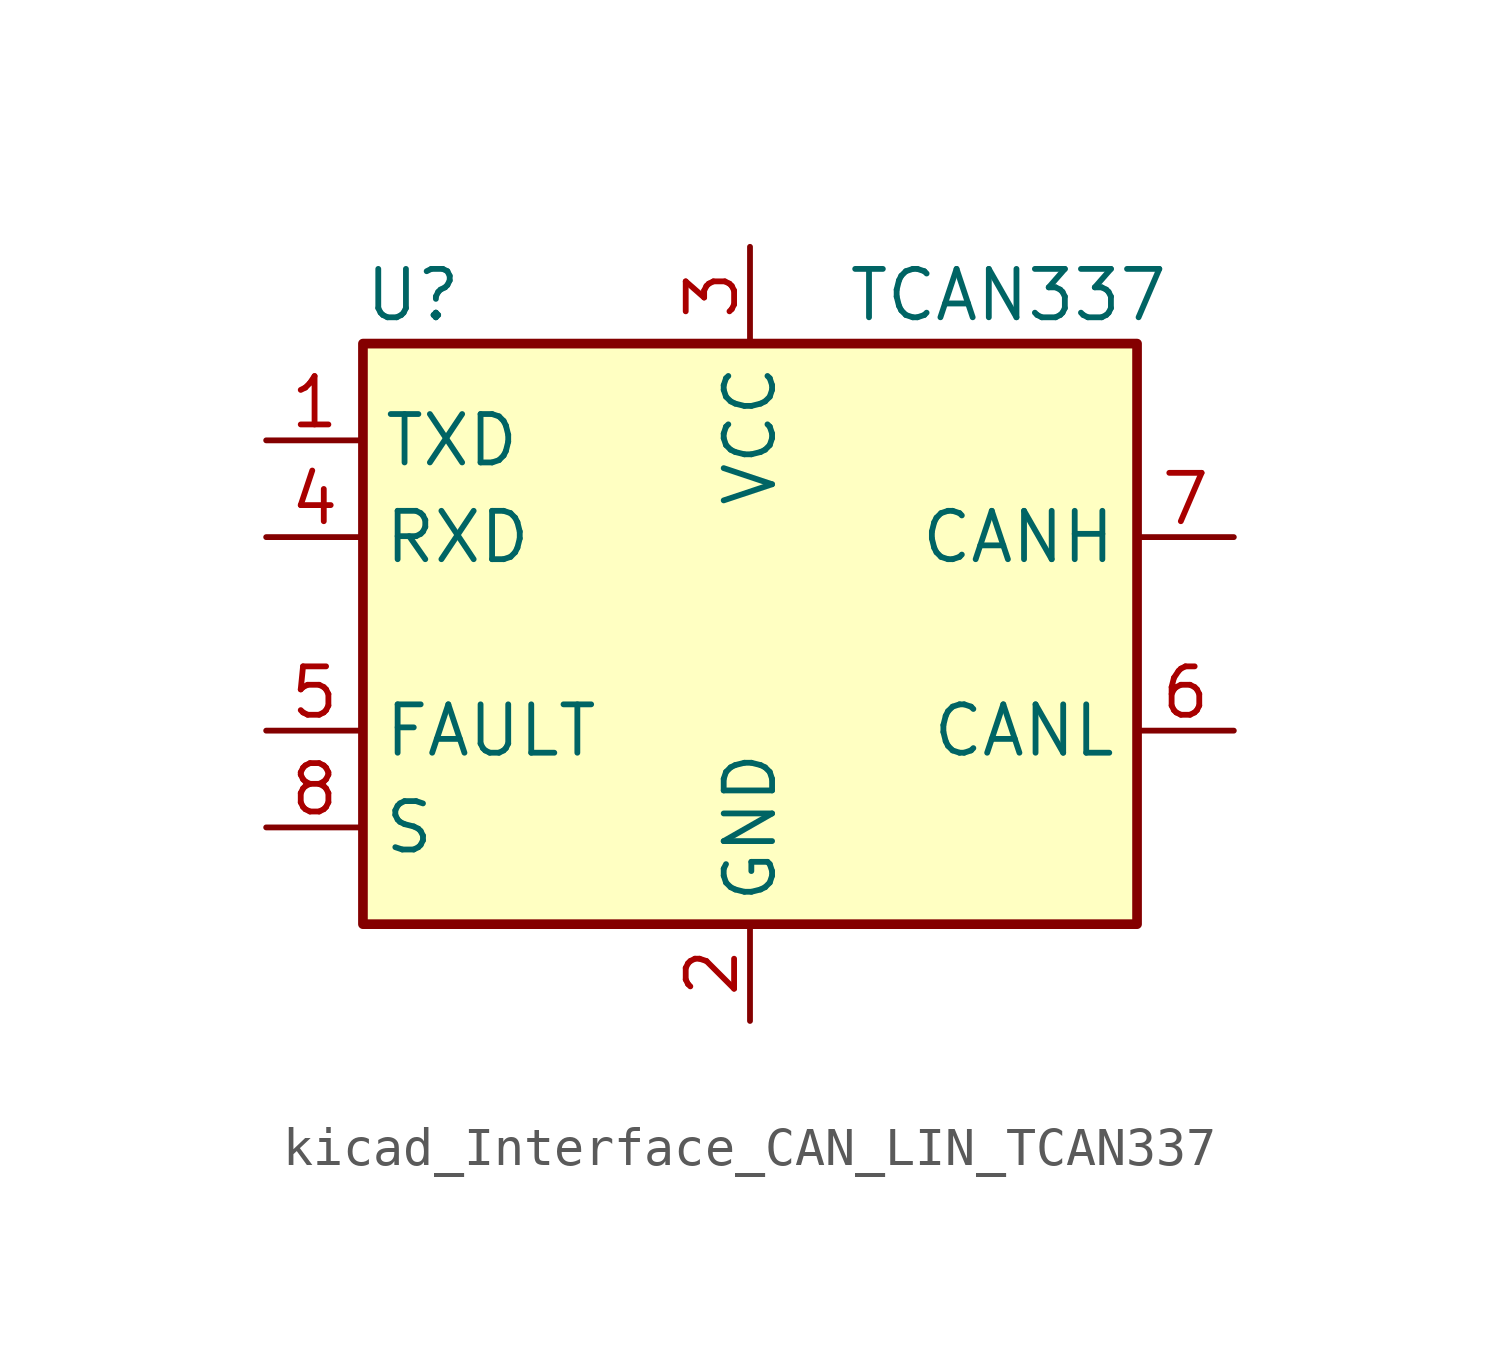
<source format=kicad_sym>
(kicad_symbol_lib
  (version 20220914)
  (generator kicad_symbol_editor)
  (symbol "kicad_Interface_CAN_LIN_TCAN337"
    (property "Reference" "U"
      (at -10.16 8.89 0)
      (effects (font (size 1.27 1.27)) (justify left)))
    (property "Value" "TCAN337"
      (at 2.54 8.89 0)
      (effects (font (size 1.27 1.27)) (justify left)))
    (symbol "kicad_Interface_CAN_LIN_TCAN337_0_1"
      (rectangle (start -10.16 7.62) (end 10.16 -7.62) (stroke (width 0.254) (type default)) (fill (type background))))
    (symbol "kicad_Interface_CAN_LIN_TCAN337_1_1"
      (pin input line (at -12.7 5.08 0) (length 2.54) (name "TXD" (effects (font (size 1.27 1.27)))) (number "1" (effects (font (size 1.27 1.27)))))
      (pin power_in line (at 0 -10.16 90) (length 2.54) (name "GND" (effects (font (size 1.27 1.27)))) (number "2" (effects (font (size 1.27 1.27)))))
      (pin power_in line (at 0 10.16 270) (length 2.54) (name "VCC" (effects (font (size 1.27 1.27)))) (number "3" (effects (font (size 1.27 1.27)))))
      (pin tri_state line (at -12.7 2.54 0) (length 2.54) (name "RXD" (effects (font (size 1.27 1.27)))) (number "4" (effects (font (size 1.27 1.27)))))
      (pin open_collector line (at -12.7 -2.54 0) (length 2.54) (name "FAULT" (effects (font (size 1.27 1.27)))) (number "5" (effects (font (size 1.27 1.27)))))
      (pin bidirectional line (at 12.7 -2.54 180) (length 2.54) (name "CANL" (effects (font (size 1.27 1.27)))) (number "6" (effects (font (size 1.27 1.27)))))
      (pin bidirectional line (at 12.7 2.54 180) (length 2.54) (name "CANH" (effects (font (size 1.27 1.27)))) (number "7" (effects (font (size 1.27 1.27)))))
      (pin input line (at -12.7 -5.08 0) (length 2.54) (name "S" (effects (font (size 1.27 1.27)))) (number "8" (effects (font (size 1.27 1.27))))))))
</source>
